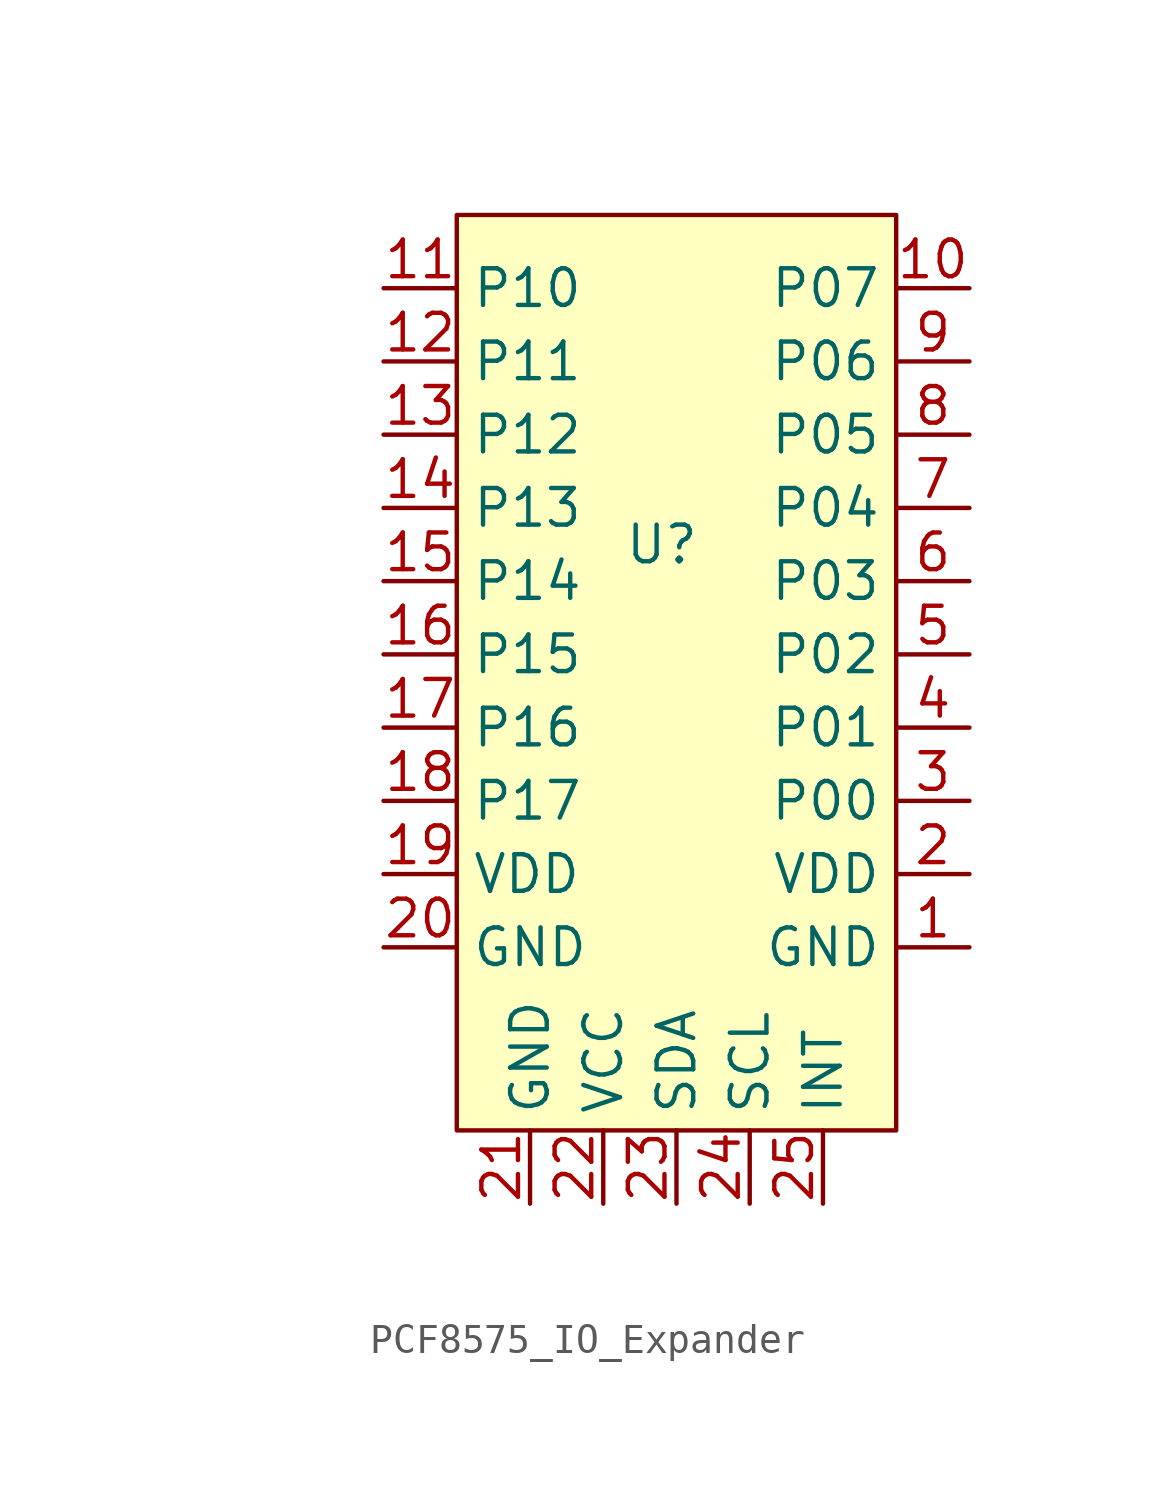
<source format=kicad_sym>
(kicad_symbol_lib
  (version 20231120)
  (generator "kicad_symbol_editor")
  (generator_version "8.0")
  (symbol "PCF8575_IO_Expander"
    (property "Reference" "U"
      (at 16.002 5.08 0)
      (effects (font (size 1.27 1.27))))
    (property "Value" ""
      (at 0 0 0)
      (effects (font (size 1.27 1.27))))
    (symbol "PCF8575_IO_Expander_1_1"
      (rectangle (start 8.89 16.51) (end 24.13 -15.24) (stroke (width 0) (type default)) (fill (type background)))
      (pin power_in line (at 26.67 -8.89 180) (length 2.54) (name "GND" (effects (font (size 1.27 1.27)))) (number "1" (effects (font (size 1.27 1.27)))))
      (pin bidirectional line (at 26.67 13.97 180) (length 2.54) (name "P07" (effects (font (size 1.27 1.27)))) (number "10" (effects (font (size 1.27 1.27)))))
      (pin bidirectional line (at 6.35 13.97 0) (length 2.54) (name "P10" (effects (font (size 1.27 1.27)))) (number "11" (effects (font (size 1.27 1.27)))))
      (pin bidirectional line (at 6.35 11.43 0) (length 2.54) (name "P11" (effects (font (size 1.27 1.27)))) (number "12" (effects (font (size 1.27 1.27)))))
      (pin bidirectional line (at 6.35 8.89 0) (length 2.54) (name "P12" (effects (font (size 1.27 1.27)))) (number "13" (effects (font (size 1.27 1.27)))))
      (pin bidirectional line (at 6.35 6.35 0) (length 2.54) (name "P13" (effects (font (size 1.27 1.27)))) (number "14" (effects (font (size 1.27 1.27)))))
      (pin bidirectional line (at 6.35 3.81 0) (length 2.54) (name "P14" (effects (font (size 1.27 1.27)))) (number "15" (effects (font (size 1.27 1.27)))))
      (pin bidirectional line (at 6.35 1.27 0) (length 2.54) (name "P15" (effects (font (size 1.27 1.27)))) (number "16" (effects (font (size 1.27 1.27)))))
      (pin bidirectional line (at 6.35 -1.27 0) (length 2.54) (name "P16" (effects (font (size 1.27 1.27)))) (number "17" (effects (font (size 1.27 1.27)))))
      (pin bidirectional line (at 6.35 -3.81 0) (length 2.54) (name "P17" (effects (font (size 1.27 1.27)))) (number "18" (effects (font (size 1.27 1.27)))))
      (pin power_in line (at 6.35 -6.35 0) (length 2.54) (name "VDD" (effects (font (size 1.27 1.27)))) (number "19" (effects (font (size 1.27 1.27)))))
      (pin power_in line (at 26.67 -6.35 180) (length 2.54) (name "VDD" (effects (font (size 1.27 1.27)))) (number "2" (effects (font (size 1.27 1.27)))))
      (pin power_in line (at 6.35 -8.89 0) (length 2.54) (name "GND" (effects (font (size 1.27 1.27)))) (number "20" (effects (font (size 1.27 1.27)))))
      (pin power_in line (at 11.43 -17.78 90) (length 2.54) (name "GND" (effects (font (size 1.27 1.27)))) (number "21" (effects (font (size 1.27 1.27)))))
      (pin power_in line (at 13.97 -17.78 90) (length 2.54) (name "VCC" (effects (font (size 1.27 1.27)))) (number "22" (effects (font (size 1.27 1.27)))))
      (pin bidirectional line (at 16.51 -17.78 90) (length 2.54) (name "SDA" (effects (font (size 1.27 1.27)))) (number "23" (effects (font (size 1.27 1.27)))))
      (pin bidirectional line (at 19.05 -17.78 90) (length 2.54) (name "SCL" (effects (font (size 1.27 1.27)))) (number "24" (effects (font (size 1.27 1.27)))))
      (pin bidirectional line (at 21.59 -17.78 90) (length 2.54) (name "INT" (effects (font (size 1.27 1.27)))) (number "25" (effects (font (size 1.27 1.27)))))
      (pin bidirectional line (at 26.67 -3.81 180) (length 2.54) (name "P00" (effects (font (size 1.27 1.27)))) (number "3" (effects (font (size 1.27 1.27)))))
      (pin bidirectional line (at 26.67 -1.27 180) (length 2.54) (name "P01" (effects (font (size 1.27 1.27)))) (number "4" (effects (font (size 1.27 1.27)))))
      (pin bidirectional line (at 26.67 1.27 180) (length 2.54) (name "P02" (effects (font (size 1.27 1.27)))) (number "5" (effects (font (size 1.27 1.27)))))
      (pin bidirectional line (at 26.67 3.81 180) (length 2.54) (name "P03" (effects (font (size 1.27 1.27)))) (number "6" (effects (font (size 1.27 1.27)))))
      (pin bidirectional line (at 26.67 6.35 180) (length 2.54) (name "P04" (effects (font (size 1.27 1.27)))) (number "7" (effects (font (size 1.27 1.27)))))
      (pin power_in line (at 26.67 8.89 180) (length 2.54) (name "P05" (effects (font (size 1.27 1.27)))) (number "8" (effects (font (size 1.27 1.27)))))
      (pin bidirectional line (at 26.67 11.43 180) (length 2.54) (name "P06" (effects (font (size 1.27 1.27)))) (number "9" (effects (font (size 1.27 1.27))))))))
</source>
